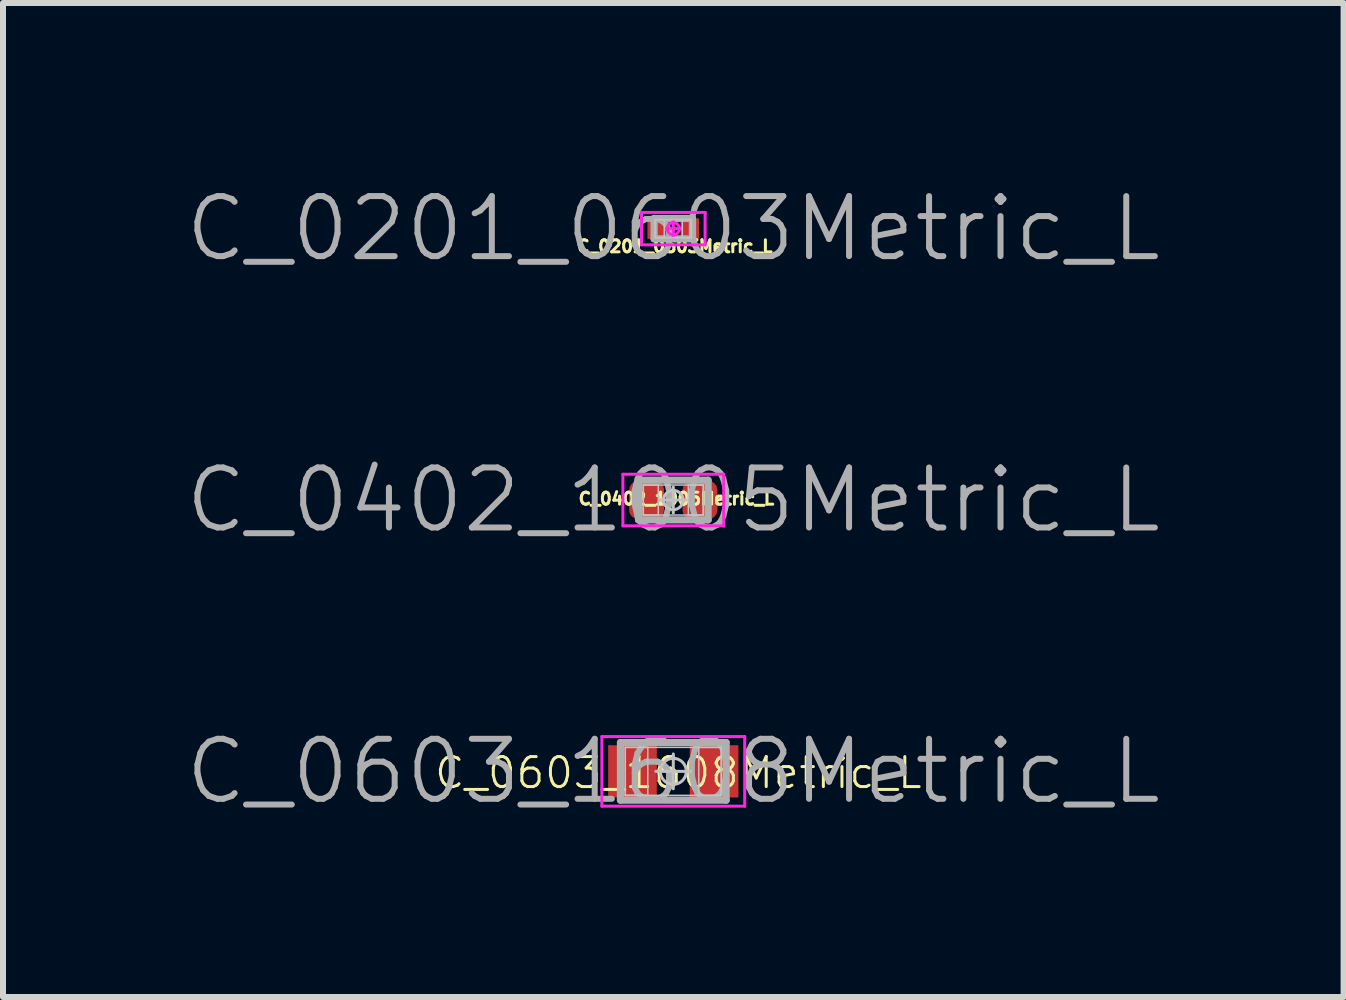
<source format=kicad_pcb>
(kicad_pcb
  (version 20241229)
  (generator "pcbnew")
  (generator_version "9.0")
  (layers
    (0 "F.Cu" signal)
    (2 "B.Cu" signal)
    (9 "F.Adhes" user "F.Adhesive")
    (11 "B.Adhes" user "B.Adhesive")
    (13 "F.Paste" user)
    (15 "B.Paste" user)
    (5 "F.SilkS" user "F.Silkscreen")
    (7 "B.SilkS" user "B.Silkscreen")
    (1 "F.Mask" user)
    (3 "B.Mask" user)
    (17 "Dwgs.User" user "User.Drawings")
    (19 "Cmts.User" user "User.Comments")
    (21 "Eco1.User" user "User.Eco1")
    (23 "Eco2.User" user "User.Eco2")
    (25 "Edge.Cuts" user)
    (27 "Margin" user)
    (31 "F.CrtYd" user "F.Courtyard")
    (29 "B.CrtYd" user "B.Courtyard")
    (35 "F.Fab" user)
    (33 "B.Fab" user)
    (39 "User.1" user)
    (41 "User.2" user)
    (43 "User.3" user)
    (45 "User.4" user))
  (footprint "C_0402_1005Metric_L"
    (layer "F.Cu")
    (at 8.169 5.282)
    (property "Reference" "C_0402_1005Metric_L" (at 0 0 0) (layer "F.Fab") (effects (font (size 1 1) (thickness 0.1))))
    (attr smd)
    (fp_line (start -0.5 -0.25) (end -0.25 -0.25) (stroke (width 0.025) (type solid)) (layer "Dwgs.User"))
    (fp_line (start -0.5 -0.25) (end 0.5 -0.25) (stroke (width 0.025) (type solid)) (layer "Dwgs.User"))
    (fp_line (start -0.5 0.25) (end -0.5 -0.25) (stroke (width 0.025) (type solid)) (layer "Dwgs.User"))
    (fp_line (start -0.5 0.25) (end -0.5 -0.25) (stroke (width 0.025) (type solid)) (layer "Dwgs.User"))
    (fp_line (start -0.25 -0.25) (end -0.25 0.25) (stroke (width 0.025) (type solid)) (layer "Dwgs.User"))
    (fp_line (start -0.25 0.25) (end -0.5 0.25) (stroke (width 0.025) (type solid)) (layer "Dwgs.User"))
    (fp_line (start 0 -0.215) (end 0 0.215) (stroke (width 0.05) (type solid)) (layer "Dwgs.User"))
    (fp_line (start 0.215 0) (end -0.215 0) (stroke (width 0.05) (type solid)) (layer "Dwgs.User"))
    (fp_line (start 0.25 -0.25) (end 0.5 -0.25) (stroke (width 0.025) (type solid)) (layer "Dwgs.User"))
    (fp_line (start 0.25 0.25) (end 0.25 -0.25) (stroke (width 0.025) (type solid)) (layer "Dwgs.User"))
    (fp_line (start 0.5 -0.25) (end 0.5 0.25) (stroke (width 0.025) (type solid)) (layer "Dwgs.User"))
    (fp_line (start 0.5 -0.25) (end 0.5 0.25) (stroke (width 0.025) (type solid)) (layer "Dwgs.User"))
    (fp_line (start 0.5 0.25) (end -0.5 0.25) (stroke (width 0.025) (type solid)) (layer "Dwgs.User"))
    (fp_line (start 0.5 0.25) (end 0.25 0.25) (stroke (width 0.025) (type solid)) (layer "Dwgs.User"))
    (fp_circle (center 0 0) (end 0.161 0) (stroke (width 0.05) (type solid)) (fill no) (layer "Dwgs.User"))
    (fp_line (start -0.84 -0.43) (end 0.84 -0.43) (stroke (width 0.05) (type solid)) (layer "F.CrtYd"))
    (fp_line (start -0.84 0.43) (end -0.84 -0.43) (stroke (width 0.05) (type solid)) (layer "F.CrtYd"))
    (fp_line (start 0.84 -0.43) (end 0.84 0.43) (stroke (width 0.05) (type solid)) (layer "F.CrtYd"))
    (fp_line (start 0.84 0.43) (end -0.84 0.43) (stroke (width 0.05) (type solid)) (layer "F.CrtYd"))
    (fp_line (start -0.58 -0.33) (end 0.58 -0.33) (stroke (width 0.12) (type solid)) (layer "F.Fab"))
    (fp_line (start -0.58 0.33) (end -0.58 -0.33) (stroke (width 0.12) (type solid)) (layer "F.Fab"))
    (fp_line (start 0.58 -0.33) (end 0.58 0.33) (stroke (width 0.12) (type solid)) (layer "F.Fab"))
    (fp_line (start 0.58 0.33) (end -0.58 0.33) (stroke (width 0.12) (type solid)) (layer "F.Fab"))
    (fp_text user "${REFERENCE}" (at 0.052 -0.021 180) (layer "F.SilkS") (effects (font (size 0.2 0.2) (thickness 0.05))))
    (pad "1" smd roundrect (at -0.445 0) (size 0.58 0.63) (layers "F.Cu" "F.Mask" "F.Paste") (roundrect_rratio 0.25))
    (pad "2" smd roundrect (at 0.445 0) (size 0.58 0.63) (layers "F.Cu" "F.Mask" "F.Paste") (roundrect_rratio 0.25)))
  (footprint "C_0603_1608Metric_L"
    (layer "F.Cu")
    (at 8.169 9.803)
    (property "Reference" "C_0603_1608Metric_L" (at 0 0 180) (layer "F.Fab") (effects (font (size 1 1) (thickness 0.1))))
    (attr smd)
    (fp_line (start -0.125 -0.48) (end 0.125 -0.48) (stroke (width 0.1) (type solid)) (layer "F.SilkS"))
    (fp_line (start -0.125 0.48) (end 0.125 0.48) (stroke (width 0.1) (type solid)) (layer "F.SilkS"))
    (fp_line (start -0.8 -0.4) (end -0.425 -0.4) (stroke (width 0.025) (type solid)) (layer "Dwgs.User"))
    (fp_line (start -0.8 -0.4) (end 0.8 -0.4) (stroke (width 0.025) (type solid)) (layer "Dwgs.User"))
    (fp_line (start -0.8 0.4) (end -0.8 -0.4) (stroke (width 0.025) (type solid)) (layer "Dwgs.User"))
    (fp_line (start -0.8 0.4) (end -0.8 -0.4) (stroke (width 0.025) (type solid)) (layer "Dwgs.User"))
    (fp_line (start -0.425 -0.4) (end -0.425 0.4) (stroke (width 0.025) (type solid)) (layer "Dwgs.User"))
    (fp_line (start -0.425 0.4) (end -0.8 0.4) (stroke (width 0.025) (type solid)) (layer "Dwgs.User"))
    (fp_line (start 0 -0.29) (end 0 0.29) (stroke (width 0.05) (type solid)) (layer "Dwgs.User"))
    (fp_line (start 0.29 0) (end -0.29 0) (stroke (width 0.05) (type solid)) (layer "Dwgs.User"))
    (fp_line (start 0.425 -0.4) (end 0.8 -0.4) (stroke (width 0.025) (type solid)) (layer "Dwgs.User"))
    (fp_line (start 0.425 0.4) (end 0.425 -0.4) (stroke (width 0.025) (type solid)) (layer "Dwgs.User"))
    (fp_line (start 0.8 -0.4) (end 0.8 0.4) (stroke (width 0.025) (type solid)) (layer "Dwgs.User"))
    (fp_line (start 0.8 -0.4) (end 0.8 0.4) (stroke (width 0.025) (type solid)) (layer "Dwgs.User"))
    (fp_line (start 0.8 0.4) (end -0.8 0.4) (stroke (width 0.025) (type solid)) (layer "Dwgs.User"))
    (fp_line (start 0.8 0.4) (end 0.425 0.4) (stroke (width 0.025) (type solid)) (layer "Dwgs.User"))
    (fp_circle (center 0 0) (end 0.217 0) (stroke (width 0.05) (type solid)) (fill no) (layer "Dwgs.User"))
    (fp_line (start -1.19 -0.58) (end 1.19 -0.58) (stroke (width 0.05) (type solid)) (layer "F.CrtYd"))
    (fp_line (start -1.19 0.58) (end -1.19 -0.58) (stroke (width 0.05) (type solid)) (layer "F.CrtYd"))
    (fp_line (start 1.19 -0.58) (end 1.19 0.58) (stroke (width 0.05) (type solid)) (layer "F.CrtYd"))
    (fp_line (start 1.19 0.58) (end -1.19 0.58) (stroke (width 0.05) (type solid)) (layer "F.CrtYd"))
    (fp_line (start -0.88 -0.48) (end 0.88 -0.48) (stroke (width 0.12) (type solid)) (layer "F.Fab"))
    (fp_line (start -0.88 0.48) (end -0.88 -0.48) (stroke (width 0.12) (type solid)) (layer "F.Fab"))
    (fp_line (start 0.88 -0.48) (end 0.88 0.48) (stroke (width 0.12) (type solid)) (layer "F.Fab"))
    (fp_line (start 0.88 0.48) (end -0.88 0.48) (stroke (width 0.12) (type solid)) (layer "F.Fab"))
    (fp_text user "${REFERENCE}" (at 0.084 0.025 180) (layer "F.SilkS") (effects (font (size 0.5 0.5) (thickness 0.05))))
    (pad "1" smd rect (at -0.68 0) (size 0.81 0.87) (layers "F.Cu" "F.Mask" "F.Paste"))
    (pad "2" smd rect (at 0.68 0) (size 0.81 0.87) (layers "F.Cu" "F.Mask" "F.Paste")))
  (footprint "C_0201_0603Metric_L"
    (layer "F.Cu")
    (at 8.169 0.76)
    (property "Reference" "C_0201_0603Metric_L" (at 0 0 180) (layer "F.Fab") (effects (font (size 1 1) (thickness 0.1))))
    (attr smd)
    (fp_line (start -0.3 -0.15) (end -0.15 -0.15) (stroke (width 0.025) (type solid)) (layer "Dwgs.User"))
    (fp_line (start -0.3 -0.15) (end 0.3 -0.15) (stroke (width 0.025) (type solid)) (layer "Dwgs.User"))
    (fp_line (start -0.3 0.15) (end -0.3 -0.15) (stroke (width 0.025) (type solid)) (layer "Dwgs.User"))
    (fp_line (start -0.3 0.15) (end -0.3 -0.15) (stroke (width 0.025) (type solid)) (layer "Dwgs.User"))
    (fp_line (start -0.15 -0.15) (end -0.15 0.15) (stroke (width 0.025) (type solid)) (layer "Dwgs.User"))
    (fp_line (start -0.15 0.15) (end -0.3 0.15) (stroke (width 0.025) (type solid)) (layer "Dwgs.User"))
    (fp_line (start 0.15 -0.15) (end 0.3 -0.15) (stroke (width 0.025) (type solid)) (layer "Dwgs.User"))
    (fp_line (start 0.15 0.15) (end 0.15 -0.15) (stroke (width 0.025) (type solid)) (layer "Dwgs.User"))
    (fp_line (start 0.3 -0.15) (end 0.3 0.15) (stroke (width 0.025) (type solid)) (layer "Dwgs.User"))
    (fp_line (start 0.3 -0.15) (end 0.3 0.15) (stroke (width 0.025) (type solid)) (layer "Dwgs.User"))
    (fp_line (start 0.3 0.15) (end -0.3 0.15) (stroke (width 0.025) (type solid)) (layer "Dwgs.User"))
    (fp_line (start 0.3 0.15) (end 0.15 0.15) (stroke (width 0.025) (type solid)) (layer "Dwgs.User"))
    (fp_line (start -0.53 -0.27) (end 0.53 -0.27) (stroke (width 0.05) (type solid)) (layer "F.CrtYd"))
    (fp_line (start -0.53 0.27) (end -0.53 -0.27) (stroke (width 0.05) (type solid)) (layer "F.CrtYd"))
    (fp_line (start 0 -0.135) (end 0 0.135) (stroke (width 0.05) (type solid)) (layer "F.CrtYd"))
    (fp_line (start 0.135 0) (end -0.135 0) (stroke (width 0.05) (type solid)) (layer "F.CrtYd"))
    (fp_line (start 0.53 -0.27) (end 0.53 0.27) (stroke (width 0.05) (type solid)) (layer "F.CrtYd"))
    (fp_line (start 0.53 0.27) (end -0.53 0.27) (stroke (width 0.05) (type solid)) (layer "F.CrtYd"))
    (fp_circle (center 0 0) (end 0 0.101) (stroke (width 0.05) (type solid)) (fill no) (layer "F.CrtYd"))
    (fp_line (start -0.32 -0.17) (end 0.32 -0.17) (stroke (width 0.12) (type solid)) (layer "F.Fab"))
    (fp_line (start -0.32 0.17) (end -0.32 -0.17) (stroke (width 0.12) (type solid)) (layer "F.Fab"))
    (fp_line (start 0.32 -0.17) (end 0.32 0.17) (stroke (width 0.12) (type solid)) (layer "F.Fab"))
    (fp_line (start 0.32 0.17) (end -0.32 0.17) (stroke (width 0.12) (type solid)) (layer "F.Fab"))
    (fp_text user "${REFERENCE}" (at 0.025 0.296 0) (layer "F.SilkS") (effects (font (size 0.2 0.2) (thickness 0.05))))
    (pad "1" smd rect (at -0.275 0) (size 0.31 0.34) (layers "F.Cu" "F.Mask" "F.Paste"))
    (pad "2" smd rect (at 0.275 0) (size 0.31 0.34) (layers "F.Cu" "F.Mask" "F.Paste")))
  (gr_rect
    (start -3 -3)
    (end 19.338 13.563)
    (stroke (width 0.1) (type default))
    (fill no)
    (layer "Edge.Cuts")))
</source>
